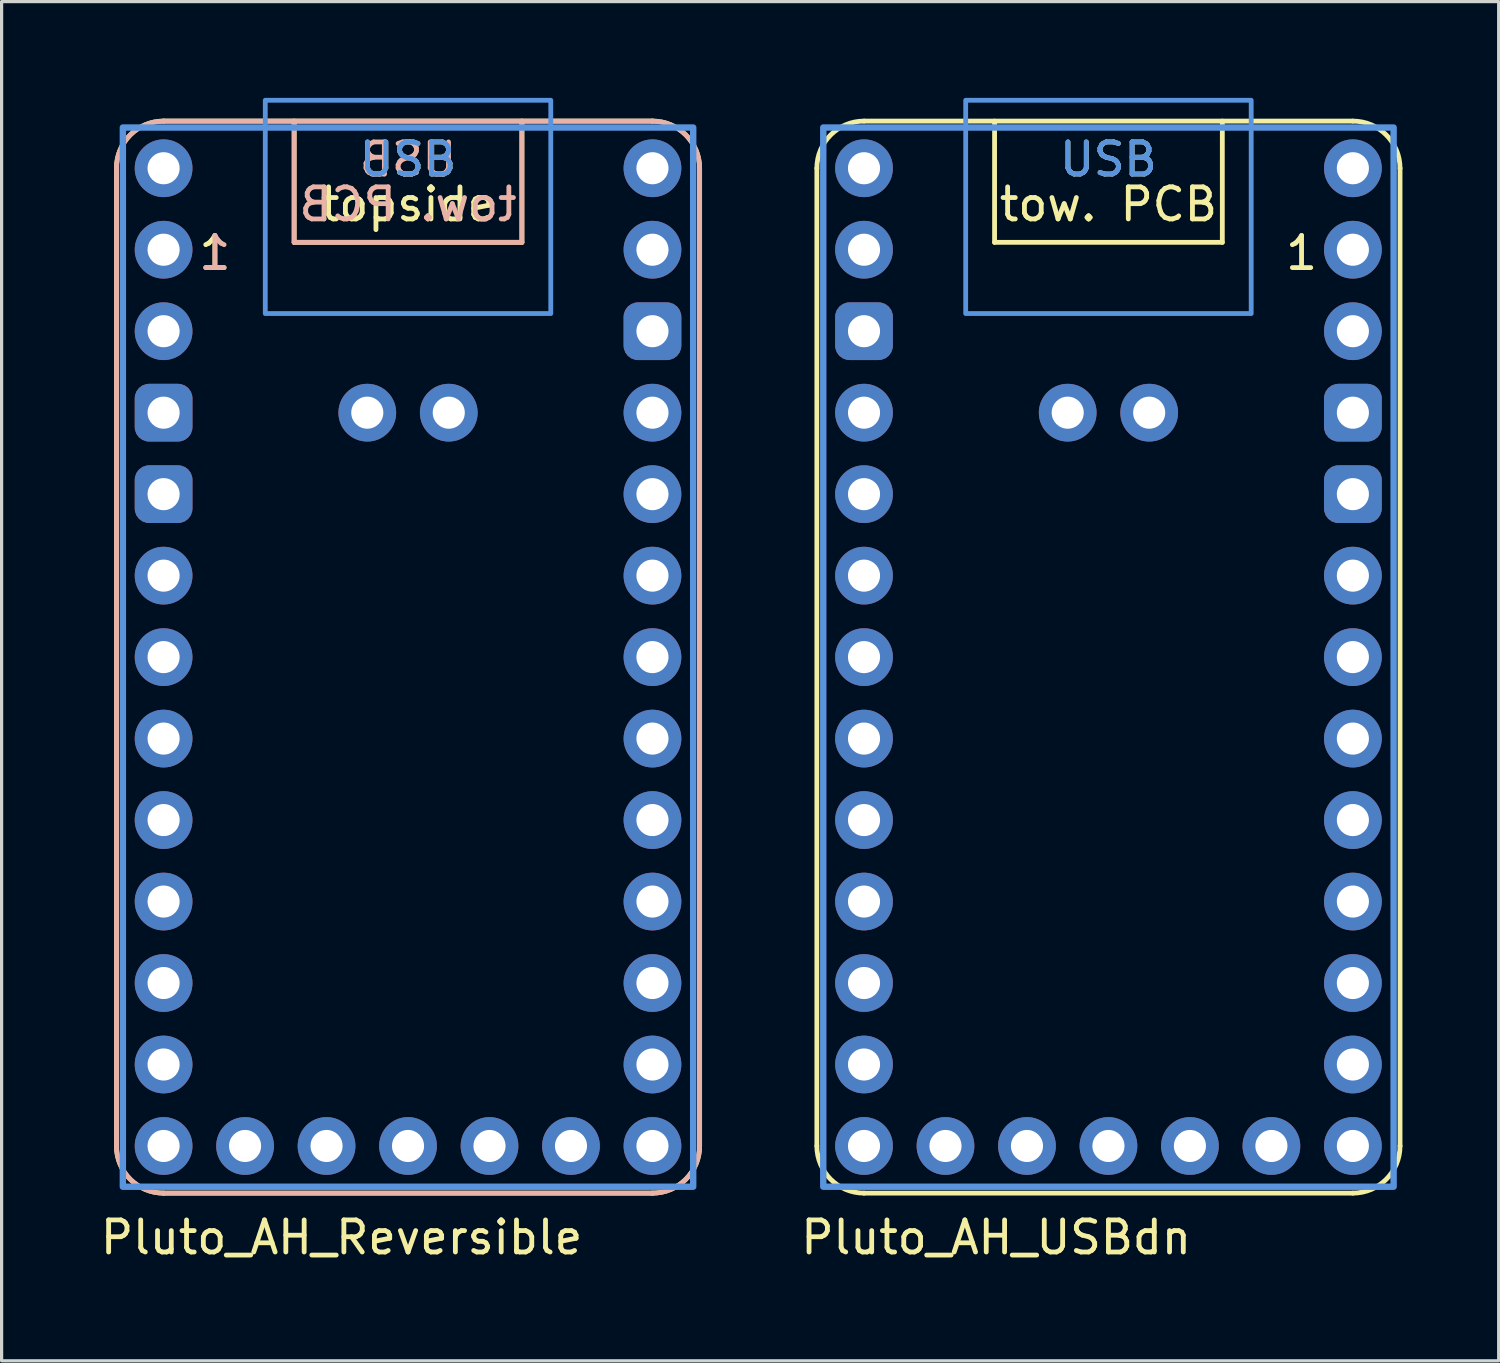
<source format=kicad_pcb>
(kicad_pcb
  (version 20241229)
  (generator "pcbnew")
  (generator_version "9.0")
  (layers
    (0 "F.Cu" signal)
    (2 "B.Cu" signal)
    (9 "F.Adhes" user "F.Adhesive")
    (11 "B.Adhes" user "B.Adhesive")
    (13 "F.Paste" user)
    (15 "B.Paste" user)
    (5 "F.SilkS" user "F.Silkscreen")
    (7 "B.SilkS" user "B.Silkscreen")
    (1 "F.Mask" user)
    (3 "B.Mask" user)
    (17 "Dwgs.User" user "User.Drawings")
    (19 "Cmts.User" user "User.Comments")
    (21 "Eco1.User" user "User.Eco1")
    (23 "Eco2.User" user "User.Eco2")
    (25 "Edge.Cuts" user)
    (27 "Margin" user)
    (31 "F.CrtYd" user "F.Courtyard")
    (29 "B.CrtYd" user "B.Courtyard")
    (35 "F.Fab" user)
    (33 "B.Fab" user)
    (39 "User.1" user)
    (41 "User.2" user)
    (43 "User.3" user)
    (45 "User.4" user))
  (footprint "Pluto_AH_USBdn"
    (layer "F.Cu")
    (at 31.505 18.705)
    (property "Reference" "Pluto_AH_USBdn" (at -9.67 16.82 0) (layer "F.SilkS") (effects (font (size 1 1) (thickness 0.15)) (justify left)))
    (attr through_hole exclude_from_pos_files exclude_from_bom)
    (fp_line (start -9.09 -16.51) (end -9.09 13.97) (stroke (width 0.15) (type default)) (layer "F.SilkS"))
    (fp_line (start -7.62 15.44) (end 7.62 15.44) (stroke (width 0.15) (type default)) (layer "F.SilkS"))
    (fp_line (start -3.55 -14.2) (end -3.55 -17.98) (stroke (width 0.15) (type default)) (layer "F.SilkS"))
    (fp_line (start 3.55 -14.2) (end -3.55 -14.2) (stroke (width 0.15) (type default)) (layer "F.SilkS"))
    (fp_line (start 3.55 -14.2) (end 3.55 -17.98) (stroke (width 0.15) (type default)) (layer "F.SilkS"))
    (fp_line (start 7.62 -17.98) (end -7.62 -17.98) (stroke (width 0.15) (type default)) (layer "F.SilkS"))
    (fp_line (start 9.09 13.97) (end 9.09 -16.51) (stroke (width 0.15) (type default)) (layer "F.SilkS"))
    (fp_arc (start -9.09 -16.51) (mid -8.659447 -17.549446) (end -7.62 -17.98) (stroke (width 0.15) (type default)) (layer "F.SilkS"))
    (fp_arc (start -7.62 15.44) (mid -8.659447 15.009447) (end -9.09 13.97) (stroke (width 0.15) (type default)) (layer "F.SilkS"))
    (fp_arc (start 7.62 -17.98) (mid 8.659447 -17.549447) (end 9.09 -16.51) (stroke (width 0.15) (type default)) (layer "F.SilkS"))
    (fp_arc (start 9.09 13.97) (mid 8.659447 15.009447) (end 7.62 15.44) (stroke (width 0.15) (type default)) (layer "F.SilkS"))
    (fp_rect (start -4.45 -18.63) (end 4.45 -11.98) (stroke (width 0.15) (type default)) (fill no) (layer "Cmts.User"))
    (fp_rect (start 8.89 -17.78) (end -8.89 15.24) (stroke (width 0.2) (type solid)) (fill no) (layer "Cmts.User"))
    (fp_text user "USB" (at 0 -16.2 0) (unlocked yes) (layer "F.SilkS") (effects (font (size 1 1) (thickness 0.15)) (justify bottom)))
    (fp_text user "1" (at 6.02 -13.283 0) (layer "F.SilkS") (effects (font (size 1 1) (thickness 0.15)) (justify bottom)))
    (fp_text user "tow. PCB" (at 0 -14.8 0) (unlocked yes) (layer "F.SilkS") (effects (font (size 1 1) (thickness 0.15)) (justify bottom)))
    (fp_text user "USB" (at 0 -16.2 0) (layer "Cmts.User") (effects (font (size 1 1) (thickness 0.15)) (justify bottom)))
    (pad "1" thru_hole circle (at 7.62 -13.97) (size 1.8 1.8) (drill 1) (layers "*.Cu" "B.Mask"))
    (pad "2" thru_hole circle (at 7.62 -11.43) (size 1.8 1.8) (drill 1) (layers "*.Cu" "B.Mask"))
    (pad "3" thru_hole roundrect (at 7.62 -8.89) (size 1.8 1.8) (drill 1) (layers "*.Cu" "B.Mask") (roundrect_rratio 0.25))
    (pad "4" thru_hole roundrect (at 7.62 -6.35) (size 1.8 1.8) (drill 1) (layers "*.Cu" "B.Mask") (roundrect_rratio 0.25))
    (pad "5" thru_hole circle (at 7.62 -3.81) (size 1.8 1.8) (drill 1) (layers "*.Cu" "B.Mask"))
    (pad "6" thru_hole circle (at 7.62 -1.27) (size 1.8 1.8) (drill 1) (layers "*.Cu" "B.Mask"))
    (pad "7" thru_hole circle (at 7.62 1.27) (size 1.8 1.8) (drill 1) (layers "*.Cu" "B.Mask"))
    (pad "8" thru_hole circle (at 7.62 3.81) (size 1.8 1.8) (drill 1) (layers "*.Cu" "B.Mask"))
    (pad "9" thru_hole circle (at 7.62 6.35) (size 1.8 1.8) (drill 1) (layers "*.Cu" "B.Mask"))
    (pad "10" thru_hole circle (at 7.62 8.89) (size 1.8 1.8) (drill 1) (layers "*.Cu" "B.Mask"))
    (pad "11" thru_hole circle (at 7.62 11.43) (size 1.8 1.8) (drill 1) (layers "*.Cu" "B.Mask"))
    (pad "12" thru_hole circle (at 7.62 13.97) (size 1.8 1.8) (drill 1) (layers "*.Cu" "B.Mask"))
    (pad "13" thru_hole circle (at -7.62 -13.97) (size 1.8 1.8) (drill 1) (layers "*.Cu" "B.Mask"))
    (pad "14" thru_hole roundrect (at -7.62 -11.43) (size 1.8 1.8) (drill 1) (layers "*.Cu" "B.Mask") (roundrect_rratio 0.25))
    (pad "15" thru_hole circle (at -7.62 -8.89) (size 1.8 1.8) (drill 1) (layers "*.Cu" "B.Mask"))
    (pad "16" thru_hole circle (at -7.62 -6.35) (size 1.8 1.8) (drill 1) (layers "*.Cu" "B.Mask"))
    (pad "17" thru_hole circle (at -7.62 -3.81) (size 1.8 1.8) (drill 1) (layers "*.Cu" "B.Mask"))
    (pad "18" thru_hole circle (at -7.62 -1.27) (size 1.8 1.8) (drill 1) (layers "*.Cu" "B.Mask"))
    (pad "19" thru_hole circle (at -7.62 1.27) (size 1.8 1.8) (drill 1) (layers "*.Cu" "B.Mask"))
    (pad "20" thru_hole circle (at -7.62 3.81) (size 1.8 1.8) (drill 1) (layers "*.Cu" "B.Mask"))
    (pad "21" thru_hole circle (at -7.62 6.35) (size 1.8 1.8) (drill 1) (layers "*.Cu" "B.Mask"))
    (pad "22" thru_hole circle (at -7.62 8.89) (size 1.8 1.8) (drill 1) (layers "*.Cu" "B.Mask"))
    (pad "23" thru_hole circle (at -7.62 11.43) (size 1.8 1.8) (drill 1) (layers "*.Cu" "B.Mask"))
    (pad "24" thru_hole circle (at -7.62 13.97) (size 1.8 1.8) (drill 1) (layers "*.Cu" "B.Mask"))
    (pad "25" thru_hole circle (at 5.08 13.97) (size 1.8 1.8) (drill 1) (layers "*.Cu" "B.Mask"))
    (pad "26" thru_hole circle (at 2.54 13.97) (size 1.8 1.8) (drill 1) (layers "*.Cu" "B.Mask"))
    (pad "27" thru_hole circle (at 0 13.97) (size 1.8 1.8) (drill 1) (layers "*.Cu" "B.Mask"))
    (pad "28" thru_hole circle (at -2.54 13.97) (size 1.8 1.8) (drill 1) (layers "*.Cu" "B.Mask"))
    (pad "29" thru_hole circle (at -5.08 13.97) (size 1.8 1.8) (drill 1) (layers "*.Cu" "B.Mask"))
    (pad "30" thru_hole circle (at -7.62 -16.51) (size 1.8 1.8) (drill 1) (layers "*.Cu" "B.Mask"))
    (pad "31" thru_hole circle (at 7.62 -16.51) (size 1.8 1.8) (drill 1) (layers "*.Cu" "B.Mask"))
    (pad "32" thru_hole circle (at 1.27 -8.89) (size 1.8 1.8) (drill 1) (layers "*.Cu" "B.Mask"))
    (pad "33" thru_hole circle (at -1.27 -8.89) (size 1.8 1.8) (drill 1) (layers "*.Cu" "B.Mask")))
  (footprint "Pluto_AH_Reversible"
    (layer "F.Cu")
    (at 9.67 18.705)
    (property "Reference" "Pluto_AH_Reversible" (at -9.67 16.82 0) (layer "F.SilkS") (effects (font (size 1 1) (thickness 0.15)) (justify left)))
    (attr through_hole exclude_from_pos_files exclude_from_bom)
    (fp_line (start -9.09 -16.51) (end -9.09 13.97) (stroke (width 0.15) (type default)) (layer "F.SilkS"))
    (fp_line (start -7.62 15.44) (end 7.62 15.44) (stroke (width 0.15) (type default)) (layer "F.SilkS"))
    (fp_line (start -3.55 -14.2) (end -3.55 -17.98) (stroke (width 0.15) (type default)) (layer "F.SilkS"))
    (fp_line (start 3.55 -14.2) (end -3.55 -14.2) (stroke (width 0.15) (type default)) (layer "F.SilkS"))
    (fp_line (start 3.55 -14.2) (end 3.55 -17.98) (stroke (width 0.15) (type default)) (layer "F.SilkS"))
    (fp_line (start 7.62 -17.98) (end -7.62 -17.98) (stroke (width 0.15) (type default)) (layer "F.SilkS"))
    (fp_line (start 9.09 13.97) (end 9.09 -16.51) (stroke (width 0.15) (type default)) (layer "F.SilkS"))
    (fp_arc (start -9.09 -16.51) (mid -8.659447 -17.549446) (end -7.62 -17.98) (stroke (width 0.15) (type default)) (layer "F.SilkS"))
    (fp_arc (start -7.62 15.44) (mid -8.659447 15.009447) (end -9.09 13.97) (stroke (width 0.15) (type default)) (layer "F.SilkS"))
    (fp_arc (start 7.62 -17.98) (mid 8.659447 -17.549447) (end 9.09 -16.51) (stroke (width 0.15) (type default)) (layer "F.SilkS"))
    (fp_arc (start 9.09 13.97) (mid 8.659447 15.009447) (end 7.62 15.44) (stroke (width 0.15) (type default)) (layer "F.SilkS"))
    (fp_line (start -9.09 13.97) (end -9.09 -16.51) (stroke (width 0.15) (type default)) (layer "B.SilkS"))
    (fp_line (start -7.62 -17.98) (end 7.62 -17.98) (stroke (width 0.15) (type default)) (layer "B.SilkS"))
    (fp_line (start -3.55 -14.2) (end -3.55 -17.98) (stroke (width 0.15) (type default)) (layer "B.SilkS"))
    (fp_line (start -3.55 -14.2) (end 3.55 -14.2) (stroke (width 0.15) (type default)) (layer "B.SilkS"))
    (fp_line (start 3.55 -14.2) (end 3.55 -17.98) (stroke (width 0.15) (type default)) (layer "B.SilkS"))
    (fp_line (start 7.62 15.44) (end -7.62 15.44) (stroke (width 0.15) (type default)) (layer "B.SilkS"))
    (fp_line (start 9.09 -16.51) (end 9.09 13.97) (stroke (width 0.15) (type default)) (layer "B.SilkS"))
    (fp_arc (start -9.09 -16.51) (mid -8.659447 -17.549447) (end -7.62 -17.98) (stroke (width 0.15) (type default)) (layer "B.SilkS"))
    (fp_arc (start -7.62 15.44) (mid -8.659447 15.009447) (end -9.09 13.97) (stroke (width 0.15) (type default)) (layer "B.SilkS"))
    (fp_arc (start 7.62 -17.98) (mid 8.659446 -17.549446) (end 9.09 -16.51) (stroke (width 0.15) (type default)) (layer "B.SilkS"))
    (fp_arc (start 9.09 13.97) (mid 8.659447 15.009447) (end 7.62 15.44) (stroke (width 0.15) (type default)) (layer "B.SilkS"))
    (fp_rect (start -4.45 -18.63) (end 4.45 -11.98) (stroke (width 0.15) (type default)) (fill no) (layer "Cmts.User"))
    (fp_rect (start 8.89 -17.78) (end -8.89 15.24) (stroke (width 0.2) (type solid)) (fill no) (layer "Cmts.User"))
    (fp_text user "USB" (at 0 -16.2 0) (unlocked yes) (layer "F.SilkS") (effects (font (size 1 1) (thickness 0.15)) (justify bottom)))
    (fp_text user "1" (at -6.02 -13.283 0) (layer "F.SilkS") (effects (font (size 1 1) (thickness 0.15)) (justify bottom)))
    (fp_text user "topside" (at 0 -14.8 0) (unlocked yes) (layer "F.SilkS") (effects (font (size 1 1) (thickness 0.15)) (justify bottom)))
    (fp_text user "USB" (at 0 -16.2 0) (unlocked yes) (layer "B.SilkS") (effects (font (size 1 1) (thickness 0.15)) (justify bottom mirror)))
    (fp_text user "1" (at -6.02 -13.283 0) (layer "B.SilkS") (effects (font (size 1 1) (thickness 0.15)) (justify bottom mirror)))
    (fp_text user "tow. PCB" (at 0 -14.8 0) (unlocked yes) (layer "B.SilkS") (effects (font (size 1 1) (thickness 0.15)) (justify bottom mirror)))
    (fp_text user "USB" (at 0 -16.2 0) (layer "Cmts.User") (effects (font (size 1 1) (thickness 0.15)) (justify bottom)))
    (pad "1" thru_hole circle (at -7.62 -13.97) (size 1.8 1.8) (drill 1) (layers "*.Cu" "*.Mask"))
    (pad "2" thru_hole circle (at -7.62 -11.43) (size 1.8 1.8) (drill 1) (layers "*.Cu" "*.Mask"))
    (pad "3" thru_hole roundrect (at -7.62 -8.89) (size 1.8 1.8) (drill 1) (layers "*.Cu" "*.Mask") (roundrect_rratio 0.25))
    (pad "4" thru_hole roundrect (at -7.62 -6.35) (size 1.8 1.8) (drill 1) (layers "*.Cu" "*.Mask") (roundrect_rratio 0.25))
    (pad "5" thru_hole circle (at -7.62 -3.81) (size 1.8 1.8) (drill 1) (layers "*.Cu" "*.Mask"))
    (pad "6" thru_hole circle (at -7.62 -1.27) (size 1.8 1.8) (drill 1) (layers "*.Cu" "*.Mask"))
    (pad "7" thru_hole circle (at -7.62 1.27) (size 1.8 1.8) (drill 1) (layers "*.Cu" "*.Mask"))
    (pad "8" thru_hole circle (at -7.62 3.81) (size 1.8 1.8) (drill 1) (layers "*.Cu" "*.Mask"))
    (pad "9" thru_hole circle (at -7.62 6.35) (size 1.8 1.8) (drill 1) (layers "*.Cu" "*.Mask"))
    (pad "10" thru_hole circle (at -7.62 8.89) (size 1.8 1.8) (drill 1) (layers "*.Cu" "*.Mask"))
    (pad "11" thru_hole circle (at -7.62 11.43) (size 1.8 1.8) (drill 1) (layers "*.Cu" "*.Mask"))
    (pad "12" thru_hole circle (at -7.62 13.97) (size 1.8 1.8) (drill 1) (layers "*.Cu" "*.Mask"))
    (pad "13" thru_hole circle (at 7.62 -13.97) (size 1.8 1.8) (drill 1) (layers "*.Cu" "*.Mask"))
    (pad "14" thru_hole roundrect (at 7.62 -11.43) (size 1.8 1.8) (drill 1) (layers "*.Cu" "*.Mask") (roundrect_rratio 0.25))
    (pad "15" thru_hole circle (at 7.62 -8.89) (size 1.8 1.8) (drill 1) (layers "*.Cu" "*.Mask"))
    (pad "16" thru_hole circle (at 7.62 -6.35) (size 1.8 1.8) (drill 1) (layers "*.Cu" "*.Mask"))
    (pad "17" thru_hole circle (at 7.62 -3.81) (size 1.8 1.8) (drill 1) (layers "*.Cu" "*.Mask"))
    (pad "18" thru_hole circle (at 7.62 -1.27) (size 1.8 1.8) (drill 1) (layers "*.Cu" "*.Mask"))
    (pad "19" thru_hole circle (at 7.62 1.27) (size 1.8 1.8) (drill 1) (layers "*.Cu" "*.Mask"))
    (pad "20" thru_hole circle (at 7.62 3.81) (size 1.8 1.8) (drill 1) (layers "*.Cu" "*.Mask"))
    (pad "21" thru_hole circle (at 7.62 6.35) (size 1.8 1.8) (drill 1) (layers "*.Cu" "*.Mask"))
    (pad "22" thru_hole circle (at 7.62 8.89) (size 1.8 1.8) (drill 1) (layers "*.Cu" "*.Mask"))
    (pad "23" thru_hole circle (at 7.62 11.43) (size 1.8 1.8) (drill 1) (layers "*.Cu" "*.Mask"))
    (pad "24" thru_hole circle (at 7.62 13.97) (size 1.8 1.8) (drill 1) (layers "*.Cu" "*.Mask"))
    (pad "25" thru_hole circle (at -5.08 13.97) (size 1.8 1.8) (drill 1) (layers "*.Cu" "*.Mask"))
    (pad "26" thru_hole circle (at -2.54 13.97) (size 1.8 1.8) (drill 1) (layers "*.Cu" "*.Mask"))
    (pad "27" thru_hole circle (at 0 13.97) (size 1.8 1.8) (drill 1) (layers "*.Cu" "*.Mask"))
    (pad "28" thru_hole circle (at 2.54 13.97) (size 1.8 1.8) (drill 1) (layers "*.Cu" "*.Mask"))
    (pad "29" thru_hole circle (at 5.08 13.97) (size 1.8 1.8) (drill 1) (layers "*.Cu" "*.Mask"))
    (pad "30" thru_hole circle (at 7.62 -16.51) (size 1.8 1.8) (drill 1) (layers "*.Cu" "*.Mask"))
    (pad "31" thru_hole circle (at -7.62 -16.51) (size 1.8 1.8) (drill 1) (layers "*.Cu" "*.Mask"))
    (pad "32" thru_hole circle (at -1.27 -8.89) (size 1.8 1.8) (drill 1) (layers "*.Cu" "*.Mask"))
    (pad "33" thru_hole circle (at 1.27 -8.89) (size 1.8 1.8) (drill 1) (layers "*.Cu" "*.Mask")))
  (gr_rect
    (start -3 -3)
    (end 43.67 39.373)
    (stroke (width 0.1) (type default))
    (fill no)
    (layer "Edge.Cuts")))
</source>
